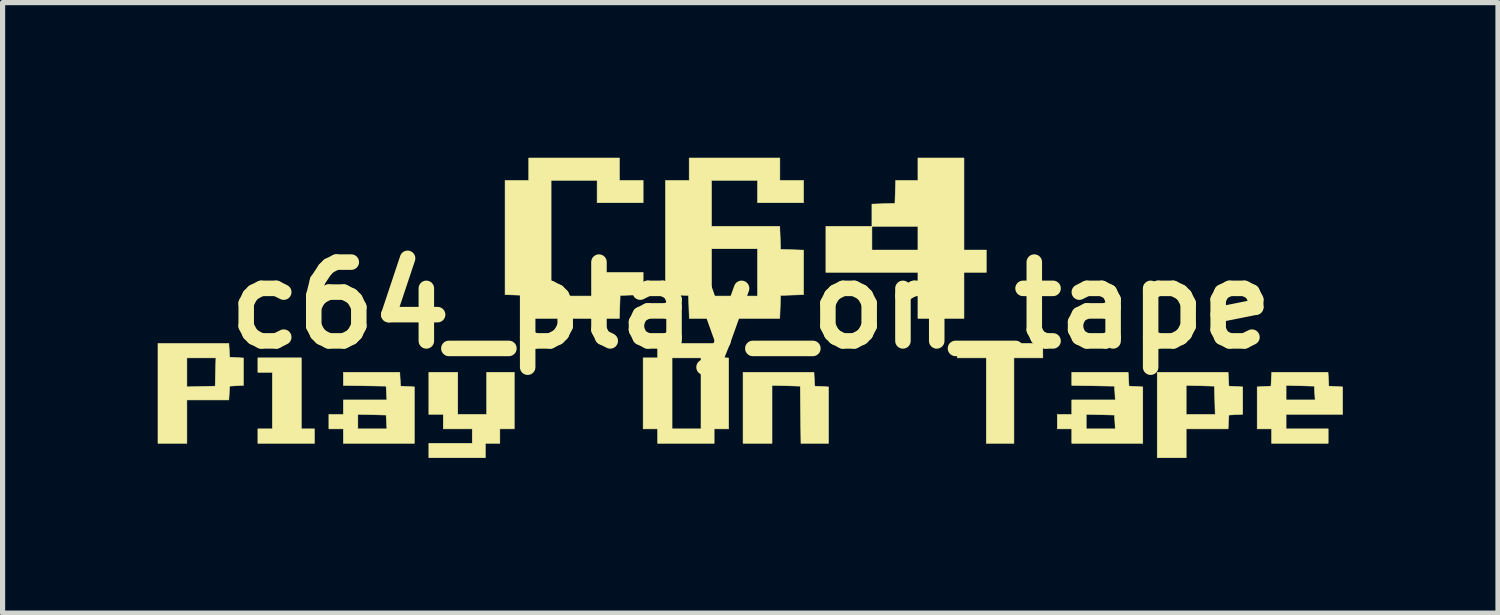
<source format=kicad_pcb>
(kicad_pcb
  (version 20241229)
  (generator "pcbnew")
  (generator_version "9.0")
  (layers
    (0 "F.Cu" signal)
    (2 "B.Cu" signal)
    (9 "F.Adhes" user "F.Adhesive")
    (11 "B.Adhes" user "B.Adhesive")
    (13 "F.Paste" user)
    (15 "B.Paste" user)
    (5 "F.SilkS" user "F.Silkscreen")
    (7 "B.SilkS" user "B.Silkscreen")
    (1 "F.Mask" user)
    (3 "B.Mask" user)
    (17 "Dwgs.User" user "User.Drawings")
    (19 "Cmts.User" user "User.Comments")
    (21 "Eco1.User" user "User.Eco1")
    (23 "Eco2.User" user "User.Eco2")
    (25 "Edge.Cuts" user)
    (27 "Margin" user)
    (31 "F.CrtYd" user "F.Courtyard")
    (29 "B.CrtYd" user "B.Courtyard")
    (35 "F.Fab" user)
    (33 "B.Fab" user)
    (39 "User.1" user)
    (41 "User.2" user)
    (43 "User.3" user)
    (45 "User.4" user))
  (footprint "c64_play_on_tape"
    (layer "F.Cu")
    (at 11.472 2.853)
    (property "Reference" "c64_play_on_tape" (at 0 0 0) (layer "F.SilkS") (effects (font (size 1.524 1.524) (thickness 0.3))))
    (attr through_hole)
    (fp_poly (pts (xy 5.644 1.017) (xy 5.085 1.017) (xy 5.085 2.67) (xy 4.551 2.67) (xy 4.551 1.017) (xy 3.992 1.017) (xy 3.992 0.737) (xy 5.644 0.737) (xy 5.644 1.017)) (stroke (width 0.01) (type solid)) (fill yes) (layer "F.SilkS"))
    (fp_poly (pts (xy -8.695 2.39) (xy -8.441 2.39) (xy -8.441 2.67) (xy -9.535 2.67) (xy -9.535 2.39) (xy -9.255 2.39) (xy -9.255 1.297) (xy -9.535 1.297) (xy -9.535 1.017) (xy -8.695 1.017) (xy -8.695 2.39)) (stroke (width 0.01) (type solid)) (fill yes) (layer "F.SilkS"))
    (fp_poly (pts (xy 1.225 1.43) (xy 1.233 1.564) (xy 1.367 1.571) (xy 1.5 1.579) (xy 1.5 2.67) (xy 0.967 2.67) (xy 0.953 1.564) (xy 0.68 1.556) (xy 0.407 1.549) (xy 0.407 2.67) (xy -0.153 2.67) (xy -0.153 1.297) (xy 1.218 1.297) (xy 1.225 1.43)) (stroke (width 0.01) (type solid)) (fill yes) (layer "F.SilkS"))
    (fp_poly (pts (xy -5.67 2.11) (xy -5.111 2.11) (xy -5.111 1.297) (xy -4.577 1.297) (xy -4.577 2.39) (xy -4.856 2.39) (xy -4.856 2.67) (xy -5.136 2.67) (xy -5.136 2.949) (xy -6.229 2.949) (xy -6.229 2.67) (xy -5.39 2.67) (xy -5.39 2.39) (xy -5.95 2.39) (xy -5.95 2.11) (xy -6.229 2.11) (xy -6.229 1.297) (xy -5.67 1.297) (xy -5.67 2.11)) (stroke (width 0.01) (type solid)) (fill yes) (layer "F.SilkS"))
    (fp_poly (pts (xy -0.707 0.871) (xy -0.699 1.004) (xy -0.566 1.012) (xy -0.432 1.02) (xy -0.432 2.39) (xy -0.712 2.39) (xy -0.712 2.67) (xy -1.805 2.67) (xy -1.805 2.39) (xy -2.085 2.39) (xy -2.085 1.017) (xy -1.805 1.017) (xy -1.526 1.017) (xy -1.526 2.39) (xy -0.966 2.39) (xy -0.966 1.017) (xy -1.526 1.017) (xy -1.805 1.017) (xy -1.805 0.737) (xy -0.715 0.737) (xy -0.707 0.871)) (stroke (width 0.01) (type solid)) (fill yes) (layer "F.SilkS"))
    (fp_poly (pts (xy 4.119 -1.068) (xy 4.551 -1.068) (xy 4.551 -0.636) (xy 4.119 -0.636) (xy 4.119 0.254) (xy 3.229 0.254) (xy 3.229 -0.636) (xy 1.449 -0.636) (xy 1.449 -1.526) (xy 2.339 -1.526) (xy 2.339 -1.068) (xy 3.229 -1.068) (xy 3.229 -1.526) (xy 2.339 -1.526) (xy 2.339 -1.956) (xy 2.562 -1.963) (xy 2.784 -1.97) (xy 2.791 -2.193) (xy 2.799 -2.415) (xy 3.229 -2.415) (xy 3.229 -2.848) (xy 4.119 -2.848) (xy 4.119 -1.068)) (stroke (width 0.01) (type solid)) (fill yes) (layer "F.SilkS"))
    (fp_poly (pts (xy -10.089 0.871) (xy -10.081 1.004) (xy -9.948 1.012) (xy -9.814 1.02) (xy -9.814 1.548) (xy -9.948 1.556) (xy -10.081 1.564) (xy -10.089 1.697) (xy -10.097 1.831) (xy -10.908 1.831) (xy -10.908 2.67) (xy -11.467 2.67) (xy -11.467 1.017) (xy -10.908 1.017) (xy -10.908 1.578) (xy -10.634 1.571) (xy -10.361 1.564) (xy -10.354 1.29) (xy -10.346 1.017) (xy -10.908 1.017) (xy -11.467 1.017) (xy -11.467 0.737) (xy -10.097 0.737) (xy -10.089 0.871)) (stroke (width 0.01) (type solid)) (fill yes) (layer "F.SilkS"))
    (fp_poly (pts (xy 9.234 1.43) (xy 9.242 1.564) (xy 9.376 1.571) (xy 9.509 1.579) (xy 9.509 2.108) (xy 9.376 2.115) (xy 9.242 2.123) (xy 9.234 2.257) (xy 9.227 2.39) (xy 8.416 2.39) (xy 8.416 2.949) (xy 7.856 2.949) (xy 7.856 2.11) (xy 8.416 2.11) (xy 8.977 2.11) (xy 8.97 1.837) (xy 8.962 1.564) (xy 8.689 1.556) (xy 8.416 1.549) (xy 8.416 2.11) (xy 7.856 2.11) (xy 7.856 1.297) (xy 9.227 1.297) (xy 9.234 1.43)) (stroke (width 0.01) (type solid)) (fill yes) (layer "F.SilkS"))
    (fp_poly (pts (xy -2.543 -2.415) (xy -2.085 -2.415) (xy -2.085 -1.983) (xy -2.975 -1.983) (xy -2.975 -2.415) (xy -3.865 -2.415) (xy -3.865 -0.178) (xy -2.975 -0.178) (xy -2.975 -0.636) (xy -2.085 -0.636) (xy -2.085 -0.205) (xy -2.307 -0.198) (xy -2.53 -0.191) (xy -2.537 0.032) (xy -2.545 0.254) (xy -4.295 0.254) (xy -4.302 0.032) (xy -4.31 -0.191) (xy -4.532 -0.198) (xy -4.755 -0.205) (xy -4.755 -2.415) (xy -4.297 -2.415) (xy -4.297 -2.848) (xy -2.543 -2.848) (xy -2.543 -2.415)) (stroke (width 0.01) (type solid)) (fill yes) (layer "F.SilkS"))
    (fp_poly (pts (xy 7.302 1.43) (xy 7.31 1.564) (xy 7.443 1.571) (xy 7.577 1.579) (xy 7.577 2.67) (xy 6.204 2.67) (xy 6.204 2.39) (xy 6.483 2.39) (xy 7.045 2.39) (xy 7.038 2.257) (xy 7.03 2.123) (xy 6.757 2.116) (xy 6.483 2.109) (xy 6.483 2.39) (xy 6.204 2.39) (xy 5.924 2.39) (xy 5.924 2.11) (xy 6.204 2.11) (xy 6.204 1.831) (xy 7.045 1.831) (xy 7.038 1.697) (xy 7.03 1.564) (xy 6.204 1.55) (xy 6.204 1.297) (xy 7.294 1.297) (xy 7.302 1.43)) (stroke (width 0.01) (type solid)) (fill yes) (layer "F.SilkS"))
    (fp_poly (pts (xy -6.784 1.43) (xy -6.776 1.564) (xy -6.642 1.571) (xy -6.509 1.579) (xy -6.509 2.67) (xy -7.882 2.67) (xy -7.882 2.39) (xy -7.602 2.39) (xy -7.04 2.39) (xy -7.048 2.257) (xy -7.056 2.123) (xy -7.329 2.116) (xy -7.602 2.109) (xy -7.602 2.39) (xy -7.882 2.39) (xy -8.162 2.39) (xy -8.162 2.11) (xy -7.882 2.11) (xy -7.882 1.831) (xy -7.04 1.831) (xy -7.048 1.697) (xy -7.056 1.564) (xy -7.469 1.557) (xy -7.882 1.55) (xy -7.882 1.297) (xy -6.791 1.297) (xy -6.784 1.43)) (stroke (width 0.01) (type solid)) (fill yes) (layer "F.SilkS"))
    (fp_poly (pts (xy 11.167 1.43) (xy 11.174 1.564) (xy 11.308 1.571) (xy 11.441 1.579) (xy 11.441 2.11) (xy 10.348 2.11) (xy 10.348 2.39) (xy 11.162 2.39) (xy 11.162 2.67) (xy 10.068 2.67) (xy 10.068 2.39) (xy 9.789 2.39) (xy 9.789 1.831) (xy 10.348 1.831) (xy 10.91 1.831) (xy 10.902 1.697) (xy 10.895 1.564) (xy 10.621 1.556) (xy 10.348 1.549) (xy 10.348 1.831) (xy 9.789 1.831) (xy 9.789 1.579) (xy 9.922 1.571) (xy 10.056 1.564) (xy 10.063 1.43) (xy 10.071 1.297) (xy 11.159 1.297) (xy 11.167 1.43)) (stroke (width 0.01) (type solid)) (fill yes) (layer "F.SilkS"))
    (fp_poly (pts (xy 0.559 -2.415) (xy 1.017 -2.415) (xy 1.017 -1.983) (xy 0.127 -1.983) (xy 0.127 -2.415) (xy -0.763 -2.415) (xy -0.763 -1.526) (xy 0.557 -1.526) (xy 0.565 -1.303) (xy 0.572 -1.081) (xy 0.795 -1.073) (xy 1.017 -1.066) (xy 1.017 -0.205) (xy 0.795 -0.198) (xy 0.572 -0.191) (xy 0.565 0.032) (xy 0.557 0.254) (xy -1.193 0.254) (xy -1.2 0.032) (xy -1.208 -0.191) (xy -1.43 -0.198) (xy -1.653 -0.205) (xy -1.653 -1.093) (xy -0.763 -1.093) (xy -0.763 -0.178) (xy 0.127 -0.178) (xy 0.127 -1.093) (xy -0.763 -1.093) (xy -1.653 -1.093) (xy -1.653 -2.415) (xy -1.195 -2.415) (xy -1.195 -2.848) (xy 0.559 -2.848) (xy 0.559 -2.415)) (stroke (width 0.01) (type solid)) (fill yes) (layer "F.SilkS")))
  (gr_rect
    (start -3 -3)
    (end 25.918 8.807)
    (stroke (width 0.1) (type default))
    (fill no)
    (layer "Edge.Cuts")))
</source>
